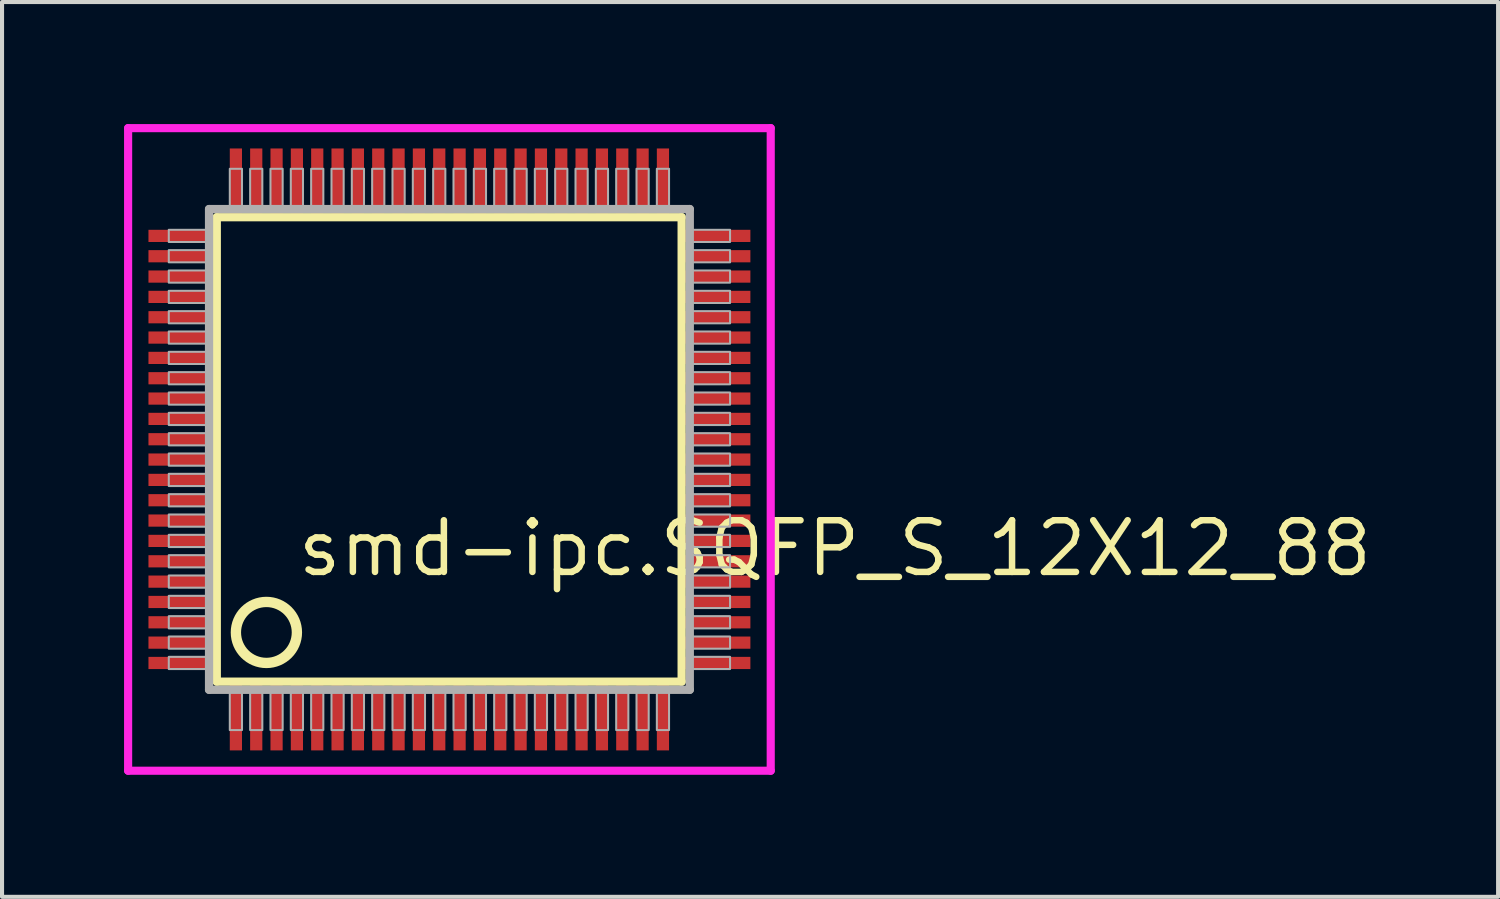
<source format=kicad_pcb>
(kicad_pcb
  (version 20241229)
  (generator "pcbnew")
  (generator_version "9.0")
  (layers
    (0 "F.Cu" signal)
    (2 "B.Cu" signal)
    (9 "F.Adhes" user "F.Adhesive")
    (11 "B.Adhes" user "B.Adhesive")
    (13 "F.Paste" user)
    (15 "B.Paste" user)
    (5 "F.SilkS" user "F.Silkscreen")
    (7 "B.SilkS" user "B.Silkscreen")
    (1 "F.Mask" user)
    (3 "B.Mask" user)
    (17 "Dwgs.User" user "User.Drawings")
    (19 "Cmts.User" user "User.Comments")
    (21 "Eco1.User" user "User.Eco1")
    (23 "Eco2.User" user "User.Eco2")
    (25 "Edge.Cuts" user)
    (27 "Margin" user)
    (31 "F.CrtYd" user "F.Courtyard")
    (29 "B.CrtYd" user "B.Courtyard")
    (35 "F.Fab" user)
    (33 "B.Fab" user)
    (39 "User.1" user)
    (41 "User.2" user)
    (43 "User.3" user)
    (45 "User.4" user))
  (footprint "smd-ipc.SQFP_S_12X12_88"
    (layer "F.Cu")
    (at 8 8)
    (property "Reference" "smd-ipc.SQFP_S_12X12_88" (at -3.81 3.175 0) (layer "F.SilkS") (effects (font (size 1.27 1.27) (thickness 0.16)) (justify left bottom)))
    (attr smd)
    (fp_line (start -5.72 -5.71) (end 5.71 -5.71) (stroke (width 0.203) (type default)) (layer "F.SilkS"))
    (fp_line (start -5.72 5.71) (end -5.72 -5.71) (stroke (width 0.203) (type default)) (layer "F.SilkS"))
    (fp_line (start 5.71 -5.71) (end 5.71 5.71) (stroke (width 0.203) (type default)) (layer "F.SilkS"))
    (fp_line (start 5.71 5.71) (end -5.72 5.71) (stroke (width 0.203) (type default)) (layer "F.SilkS"))
    (fp_circle (center -4.5 4.5) (end -3.75 4.5) (stroke (width 0.254) (type default)) (fill no) (layer "F.SilkS"))
    (fp_line (start -7.9 -7.9) (end 7.9 -7.9) (stroke (width 0.2) (type default)) (layer "F.CrtYd"))
    (fp_line (start -7.9 7.9) (end -7.9 -7.9) (stroke (width 0.2) (type default)) (layer "F.CrtYd"))
    (fp_line (start 7.9 -7.9) (end 7.9 7.9) (stroke (width 0.2) (type default)) (layer "F.CrtYd"))
    (fp_line (start 7.9 7.9) (end -7.9 7.9) (stroke (width 0.2) (type default)) (layer "F.CrtYd"))
    (fp_line (start -5.91 -5.91) (end -5.91 5.91) (stroke (width 0.203) (type default)) (layer "F.Fab"))
    (fp_line (start -5.91 5.91) (end 5.91 5.91) (stroke (width 0.203) (type default)) (layer "F.Fab"))
    (fp_line (start 5.91 -5.91) (end -5.91 -5.91) (stroke (width 0.203) (type default)) (layer "F.Fab"))
    (fp_line (start 5.91 5.91) (end 5.91 -5.91) (stroke (width 0.203) (type default)) (layer "F.Fab"))
    (fp_rect (start -6.9 -5.1) (end -5.95 -5.4) (stroke (width 0.05) (type default)) (fill no) (layer "F.Fab"))
    (fp_rect (start -6.9 -4.6) (end -5.95 -4.9) (stroke (width 0.05) (type default)) (fill no) (layer "F.Fab"))
    (fp_rect (start -6.9 -4.1) (end -5.95 -4.4) (stroke (width 0.05) (type default)) (fill no) (layer "F.Fab"))
    (fp_rect (start -6.9 -3.6) (end -5.95 -3.9) (stroke (width 0.05) (type default)) (fill no) (layer "F.Fab"))
    (fp_rect (start -6.9 -3.1) (end -5.95 -3.4) (stroke (width 0.05) (type default)) (fill no) (layer "F.Fab"))
    (fp_rect (start -6.9 -2.6) (end -5.95 -2.9) (stroke (width 0.05) (type default)) (fill no) (layer "F.Fab"))
    (fp_rect (start -6.9 -2.1) (end -5.95 -2.4) (stroke (width 0.05) (type default)) (fill no) (layer "F.Fab"))
    (fp_rect (start -6.9 -1.6) (end -5.95 -1.9) (stroke (width 0.05) (type default)) (fill no) (layer "F.Fab"))
    (fp_rect (start -6.9 -1.1) (end -5.95 -1.4) (stroke (width 0.05) (type default)) (fill no) (layer "F.Fab"))
    (fp_rect (start -6.9 -0.6) (end -5.95 -0.9) (stroke (width 0.05) (type default)) (fill no) (layer "F.Fab"))
    (fp_rect (start -6.9 -0.1) (end -5.95 -0.4) (stroke (width 0.05) (type default)) (fill no) (layer "F.Fab"))
    (fp_rect (start -6.9 0.4) (end -5.95 0.1) (stroke (width 0.05) (type default)) (fill no) (layer "F.Fab"))
    (fp_rect (start -6.9 0.9) (end -5.95 0.6) (stroke (width 0.05) (type default)) (fill no) (layer "F.Fab"))
    (fp_rect (start -6.9 1.4) (end -5.95 1.1) (stroke (width 0.05) (type default)) (fill no) (layer "F.Fab"))
    (fp_rect (start -6.9 1.9) (end -5.95 1.6) (stroke (width 0.05) (type default)) (fill no) (layer "F.Fab"))
    (fp_rect (start -6.9 2.4) (end -5.95 2.1) (stroke (width 0.05) (type default)) (fill no) (layer "F.Fab"))
    (fp_rect (start -6.9 2.9) (end -5.95 2.6) (stroke (width 0.05) (type default)) (fill no) (layer "F.Fab"))
    (fp_rect (start -6.9 3.4) (end -5.95 3.1) (stroke (width 0.05) (type default)) (fill no) (layer "F.Fab"))
    (fp_rect (start -6.9 3.9) (end -5.95 3.6) (stroke (width 0.05) (type default)) (fill no) (layer "F.Fab"))
    (fp_rect (start -6.9 4.4) (end -5.95 4.1) (stroke (width 0.05) (type default)) (fill no) (layer "F.Fab"))
    (fp_rect (start -6.9 4.9) (end -5.95 4.6) (stroke (width 0.05) (type default)) (fill no) (layer "F.Fab"))
    (fp_rect (start -6.9 5.4) (end -5.95 5.1) (stroke (width 0.05) (type default)) (fill no) (layer "F.Fab"))
    (fp_rect (start -5.4 -5.95) (end -5.1 -6.9) (stroke (width 0.05) (type default)) (fill no) (layer "F.Fab"))
    (fp_rect (start -5.4 6.9) (end -5.1 5.95) (stroke (width 0.05) (type default)) (fill no) (layer "F.Fab"))
    (fp_rect (start -4.9 -5.95) (end -4.6 -6.9) (stroke (width 0.05) (type default)) (fill no) (layer "F.Fab"))
    (fp_rect (start -4.9 6.9) (end -4.6 5.95) (stroke (width 0.05) (type default)) (fill no) (layer "F.Fab"))
    (fp_rect (start -4.4 -5.95) (end -4.1 -6.9) (stroke (width 0.05) (type default)) (fill no) (layer "F.Fab"))
    (fp_rect (start -4.4 6.9) (end -4.1 5.95) (stroke (width 0.05) (type default)) (fill no) (layer "F.Fab"))
    (fp_rect (start -3.9 -5.95) (end -3.6 -6.9) (stroke (width 0.05) (type default)) (fill no) (layer "F.Fab"))
    (fp_rect (start -3.9 6.9) (end -3.6 5.95) (stroke (width 0.05) (type default)) (fill no) (layer "F.Fab"))
    (fp_rect (start -3.4 -5.95) (end -3.1 -6.9) (stroke (width 0.05) (type default)) (fill no) (layer "F.Fab"))
    (fp_rect (start -3.4 6.9) (end -3.1 5.95) (stroke (width 0.05) (type default)) (fill no) (layer "F.Fab"))
    (fp_rect (start -2.9 -5.95) (end -2.6 -6.9) (stroke (width 0.05) (type default)) (fill no) (layer "F.Fab"))
    (fp_rect (start -2.9 6.9) (end -2.6 5.95) (stroke (width 0.05) (type default)) (fill no) (layer "F.Fab"))
    (fp_rect (start -2.4 -5.95) (end -2.1 -6.9) (stroke (width 0.05) (type default)) (fill no) (layer "F.Fab"))
    (fp_rect (start -2.4 6.9) (end -2.1 5.95) (stroke (width 0.05) (type default)) (fill no) (layer "F.Fab"))
    (fp_rect (start -1.9 -5.95) (end -1.6 -6.9) (stroke (width 0.05) (type default)) (fill no) (layer "F.Fab"))
    (fp_rect (start -1.9 6.9) (end -1.6 5.95) (stroke (width 0.05) (type default)) (fill no) (layer "F.Fab"))
    (fp_rect (start -1.4 -5.95) (end -1.1 -6.9) (stroke (width 0.05) (type default)) (fill no) (layer "F.Fab"))
    (fp_rect (start -1.4 6.9) (end -1.1 5.95) (stroke (width 0.05) (type default)) (fill no) (layer "F.Fab"))
    (fp_rect (start -0.9 -5.95) (end -0.6 -6.9) (stroke (width 0.05) (type default)) (fill no) (layer "F.Fab"))
    (fp_rect (start -0.9 6.9) (end -0.6 5.95) (stroke (width 0.05) (type default)) (fill no) (layer "F.Fab"))
    (fp_rect (start -0.4 -5.95) (end -0.1 -6.9) (stroke (width 0.05) (type default)) (fill no) (layer "F.Fab"))
    (fp_rect (start -0.4 6.9) (end -0.1 5.95) (stroke (width 0.05) (type default)) (fill no) (layer "F.Fab"))
    (fp_rect (start 0.1 -5.95) (end 0.4 -6.9) (stroke (width 0.05) (type default)) (fill no) (layer "F.Fab"))
    (fp_rect (start 0.1 6.9) (end 0.4 5.95) (stroke (width 0.05) (type default)) (fill no) (layer "F.Fab"))
    (fp_rect (start 0.6 -5.95) (end 0.9 -6.9) (stroke (width 0.05) (type default)) (fill no) (layer "F.Fab"))
    (fp_rect (start 0.6 6.9) (end 0.9 5.95) (stroke (width 0.05) (type default)) (fill no) (layer "F.Fab"))
    (fp_rect (start 1.1 -5.95) (end 1.4 -6.9) (stroke (width 0.05) (type default)) (fill no) (layer "F.Fab"))
    (fp_rect (start 1.1 6.9) (end 1.4 5.95) (stroke (width 0.05) (type default)) (fill no) (layer "F.Fab"))
    (fp_rect (start 1.6 -5.95) (end 1.9 -6.9) (stroke (width 0.05) (type default)) (fill no) (layer "F.Fab"))
    (fp_rect (start 1.6 6.9) (end 1.9 5.95) (stroke (width 0.05) (type default)) (fill no) (layer "F.Fab"))
    (fp_rect (start 2.1 -5.95) (end 2.4 -6.9) (stroke (width 0.05) (type default)) (fill no) (layer "F.Fab"))
    (fp_rect (start 2.1 6.9) (end 2.4 5.95) (stroke (width 0.05) (type default)) (fill no) (layer "F.Fab"))
    (fp_rect (start 2.6 -5.95) (end 2.9 -6.9) (stroke (width 0.05) (type default)) (fill no) (layer "F.Fab"))
    (fp_rect (start 2.6 6.9) (end 2.9 5.95) (stroke (width 0.05) (type default)) (fill no) (layer "F.Fab"))
    (fp_rect (start 3.1 -5.95) (end 3.4 -6.9) (stroke (width 0.05) (type default)) (fill no) (layer "F.Fab"))
    (fp_rect (start 3.1 6.9) (end 3.4 5.95) (stroke (width 0.05) (type default)) (fill no) (layer "F.Fab"))
    (fp_rect (start 3.6 -5.95) (end 3.9 -6.9) (stroke (width 0.05) (type default)) (fill no) (layer "F.Fab"))
    (fp_rect (start 3.6 6.9) (end 3.9 5.95) (stroke (width 0.05) (type default)) (fill no) (layer "F.Fab"))
    (fp_rect (start 4.1 -5.95) (end 4.4 -6.9) (stroke (width 0.05) (type default)) (fill no) (layer "F.Fab"))
    (fp_rect (start 4.1 6.9) (end 4.4 5.95) (stroke (width 0.05) (type default)) (fill no) (layer "F.Fab"))
    (fp_rect (start 4.6 -5.95) (end 4.9 -6.9) (stroke (width 0.05) (type default)) (fill no) (layer "F.Fab"))
    (fp_rect (start 4.6 6.9) (end 4.9 5.95) (stroke (width 0.05) (type default)) (fill no) (layer "F.Fab"))
    (fp_rect (start 5.1 -5.95) (end 5.4 -6.9) (stroke (width 0.05) (type default)) (fill no) (layer "F.Fab"))
    (fp_rect (start 5.1 6.9) (end 5.4 5.95) (stroke (width 0.05) (type default)) (fill no) (layer "F.Fab"))
    (fp_rect (start 5.95 -5.1) (end 6.9 -5.4) (stroke (width 0.05) (type default)) (fill no) (layer "F.Fab"))
    (fp_rect (start 5.95 -4.6) (end 6.9 -4.9) (stroke (width 0.05) (type default)) (fill no) (layer "F.Fab"))
    (fp_rect (start 5.95 -4.1) (end 6.9 -4.4) (stroke (width 0.05) (type default)) (fill no) (layer "F.Fab"))
    (fp_rect (start 5.95 -3.6) (end 6.9 -3.9) (stroke (width 0.05) (type default)) (fill no) (layer "F.Fab"))
    (fp_rect (start 5.95 -3.1) (end 6.9 -3.4) (stroke (width 0.05) (type default)) (fill no) (layer "F.Fab"))
    (fp_rect (start 5.95 -2.6) (end 6.9 -2.9) (stroke (width 0.05) (type default)) (fill no) (layer "F.Fab"))
    (fp_rect (start 5.95 -2.1) (end 6.9 -2.4) (stroke (width 0.05) (type default)) (fill no) (layer "F.Fab"))
    (fp_rect (start 5.95 -1.6) (end 6.9 -1.9) (stroke (width 0.05) (type default)) (fill no) (layer "F.Fab"))
    (fp_rect (start 5.95 -1.1) (end 6.9 -1.4) (stroke (width 0.05) (type default)) (fill no) (layer "F.Fab"))
    (fp_rect (start 5.95 -0.6) (end 6.9 -0.9) (stroke (width 0.05) (type default)) (fill no) (layer "F.Fab"))
    (fp_rect (start 5.95 -0.1) (end 6.9 -0.4) (stroke (width 0.05) (type default)) (fill no) (layer "F.Fab"))
    (fp_rect (start 5.95 0.4) (end 6.9 0.1) (stroke (width 0.05) (type default)) (fill no) (layer "F.Fab"))
    (fp_rect (start 5.95 0.9) (end 6.9 0.6) (stroke (width 0.05) (type default)) (fill no) (layer "F.Fab"))
    (fp_rect (start 5.95 1.4) (end 6.9 1.1) (stroke (width 0.05) (type default)) (fill no) (layer "F.Fab"))
    (fp_rect (start 5.95 1.9) (end 6.9 1.6) (stroke (width 0.05) (type default)) (fill no) (layer "F.Fab"))
    (fp_rect (start 5.95 2.4) (end 6.9 2.1) (stroke (width 0.05) (type default)) (fill no) (layer "F.Fab"))
    (fp_rect (start 5.95 2.9) (end 6.9 2.6) (stroke (width 0.05) (type default)) (fill no) (layer "F.Fab"))
    (fp_rect (start 5.95 3.4) (end 6.9 3.1) (stroke (width 0.05) (type default)) (fill no) (layer "F.Fab"))
    (fp_rect (start 5.95 3.9) (end 6.9 3.6) (stroke (width 0.05) (type default)) (fill no) (layer "F.Fab"))
    (fp_rect (start 5.95 4.4) (end 6.9 4.1) (stroke (width 0.05) (type default)) (fill no) (layer "F.Fab"))
    (fp_rect (start 5.95 4.9) (end 6.9 4.6) (stroke (width 0.05) (type default)) (fill no) (layer "F.Fab"))
    (fp_rect (start 5.95 5.4) (end 6.9 5.1) (stroke (width 0.05) (type default)) (fill no) (layer "F.Fab"))
    (pad "1" smd roundrect (at -5.25 6.6) (size 0.3 1.6) (layers "F.Cu" "F.Mask" "F.Paste") (roundrect_rratio 0.01))
    (pad "2" smd roundrect (at -4.75 6.6) (size 0.3 1.6) (layers "F.Cu" "F.Mask" "F.Paste") (roundrect_rratio 0.01))
    (pad "3" smd roundrect (at -4.25 6.6) (size 0.3 1.6) (layers "F.Cu" "F.Mask" "F.Paste") (roundrect_rratio 0.01))
    (pad "4" smd roundrect (at -3.75 6.6) (size 0.3 1.6) (layers "F.Cu" "F.Mask" "F.Paste") (roundrect_rratio 0.01))
    (pad "5" smd roundrect (at -3.25 6.6) (size 0.3 1.6) (layers "F.Cu" "F.Mask" "F.Paste") (roundrect_rratio 0.01))
    (pad "6" smd roundrect (at -2.75 6.6) (size 0.3 1.6) (layers "F.Cu" "F.Mask" "F.Paste") (roundrect_rratio 0.01))
    (pad "7" smd roundrect (at -2.25 6.6) (size 0.3 1.6) (layers "F.Cu" "F.Mask" "F.Paste") (roundrect_rratio 0.01))
    (pad "8" smd roundrect (at -1.75 6.6) (size 0.3 1.6) (layers "F.Cu" "F.Mask" "F.Paste") (roundrect_rratio 0.01))
    (pad "9" smd roundrect (at -1.25 6.6) (size 0.3 1.6) (layers "F.Cu" "F.Mask" "F.Paste") (roundrect_rratio 0.01))
    (pad "10" smd roundrect (at -0.75 6.6) (size 0.3 1.6) (layers "F.Cu" "F.Mask" "F.Paste") (roundrect_rratio 0.01))
    (pad "11" smd roundrect (at -0.25 6.6) (size 0.3 1.6) (layers "F.Cu" "F.Mask" "F.Paste") (roundrect_rratio 0.01))
    (pad "12" smd roundrect (at 0.25 6.6) (size 0.3 1.6) (layers "F.Cu" "F.Mask" "F.Paste") (roundrect_rratio 0.01))
    (pad "13" smd roundrect (at 0.75 6.6) (size 0.3 1.6) (layers "F.Cu" "F.Mask" "F.Paste") (roundrect_rratio 0.01))
    (pad "14" smd roundrect (at 1.25 6.6) (size 0.3 1.6) (layers "F.Cu" "F.Mask" "F.Paste") (roundrect_rratio 0.01))
    (pad "15" smd roundrect (at 1.75 6.6) (size 0.3 1.6) (layers "F.Cu" "F.Mask" "F.Paste") (roundrect_rratio 0.01))
    (pad "16" smd roundrect (at 2.25 6.6) (size 0.3 1.6) (layers "F.Cu" "F.Mask" "F.Paste") (roundrect_rratio 0.01))
    (pad "17" smd roundrect (at 2.75 6.6) (size 0.3 1.6) (layers "F.Cu" "F.Mask" "F.Paste") (roundrect_rratio 0.01))
    (pad "18" smd roundrect (at 3.25 6.6) (size 0.3 1.6) (layers "F.Cu" "F.Mask" "F.Paste") (roundrect_rratio 0.01))
    (pad "19" smd roundrect (at 3.75 6.6) (size 0.3 1.6) (layers "F.Cu" "F.Mask" "F.Paste") (roundrect_rratio 0.01))
    (pad "20" smd roundrect (at 4.25 6.6) (size 0.3 1.6) (layers "F.Cu" "F.Mask" "F.Paste") (roundrect_rratio 0.01))
    (pad "21" smd roundrect (at 4.75 6.6) (size 0.3 1.6) (layers "F.Cu" "F.Mask" "F.Paste") (roundrect_rratio 0.01))
    (pad "22" smd roundrect (at 5.25 6.6) (size 0.3 1.6) (layers "F.Cu" "F.Mask" "F.Paste") (roundrect_rratio 0.01))
    (pad "23" smd roundrect (at 6.6 5.25) (size 1.6 0.3) (layers "F.Cu" "F.Mask" "F.Paste") (roundrect_rratio 0.01))
    (pad "24" smd roundrect (at 6.6 4.75) (size 1.6 0.3) (layers "F.Cu" "F.Mask" "F.Paste") (roundrect_rratio 0.01))
    (pad "25" smd roundrect (at 6.6 4.25) (size 1.6 0.3) (layers "F.Cu" "F.Mask" "F.Paste") (roundrect_rratio 0.01))
    (pad "26" smd roundrect (at 6.6 3.75) (size 1.6 0.3) (layers "F.Cu" "F.Mask" "F.Paste") (roundrect_rratio 0.01))
    (pad "27" smd roundrect (at 6.6 3.25) (size 1.6 0.3) (layers "F.Cu" "F.Mask" "F.Paste") (roundrect_rratio 0.01))
    (pad "28" smd roundrect (at 6.6 2.75) (size 1.6 0.3) (layers "F.Cu" "F.Mask" "F.Paste") (roundrect_rratio 0.01))
    (pad "29" smd roundrect (at 6.6 2.25) (size 1.6 0.3) (layers "F.Cu" "F.Mask" "F.Paste") (roundrect_rratio 0.01))
    (pad "30" smd roundrect (at 6.6 1.75) (size 1.6 0.3) (layers "F.Cu" "F.Mask" "F.Paste") (roundrect_rratio 0.01))
    (pad "31" smd roundrect (at 6.6 1.25) (size 1.6 0.3) (layers "F.Cu" "F.Mask" "F.Paste") (roundrect_rratio 0.01))
    (pad "32" smd roundrect (at 6.6 0.75) (size 1.6 0.3) (layers "F.Cu" "F.Mask" "F.Paste") (roundrect_rratio 0.01))
    (pad "33" smd roundrect (at 6.6 0.25) (size 1.6 0.3) (layers "F.Cu" "F.Mask" "F.Paste") (roundrect_rratio 0.01))
    (pad "34" smd roundrect (at 6.6 -0.25) (size 1.6 0.3) (layers "F.Cu" "F.Mask" "F.Paste") (roundrect_rratio 0.01))
    (pad "35" smd roundrect (at 6.6 -0.75) (size 1.6 0.3) (layers "F.Cu" "F.Mask" "F.Paste") (roundrect_rratio 0.01))
    (pad "36" smd roundrect (at 6.6 -1.25) (size 1.6 0.3) (layers "F.Cu" "F.Mask" "F.Paste") (roundrect_rratio 0.01))
    (pad "37" smd roundrect (at 6.6 -1.75) (size 1.6 0.3) (layers "F.Cu" "F.Mask" "F.Paste") (roundrect_rratio 0.01))
    (pad "38" smd roundrect (at 6.6 -2.25) (size 1.6 0.3) (layers "F.Cu" "F.Mask" "F.Paste") (roundrect_rratio 0.01))
    (pad "39" smd roundrect (at 6.6 -2.75) (size 1.6 0.3) (layers "F.Cu" "F.Mask" "F.Paste") (roundrect_rratio 0.01))
    (pad "40" smd roundrect (at 6.6 -3.25) (size 1.6 0.3) (layers "F.Cu" "F.Mask" "F.Paste") (roundrect_rratio 0.01))
    (pad "41" smd roundrect (at 6.6 -3.75) (size 1.6 0.3) (layers "F.Cu" "F.Mask" "F.Paste") (roundrect_rratio 0.01))
    (pad "42" smd roundrect (at 6.6 -4.25) (size 1.6 0.3) (layers "F.Cu" "F.Mask" "F.Paste") (roundrect_rratio 0.01))
    (pad "43" smd roundrect (at 6.6 -4.75) (size 1.6 0.3) (layers "F.Cu" "F.Mask" "F.Paste") (roundrect_rratio 0.01))
    (pad "44" smd roundrect (at 6.6 -5.25) (size 1.6 0.3) (layers "F.Cu" "F.Mask" "F.Paste") (roundrect_rratio 0.01))
    (pad "45" smd roundrect (at 5.25 -6.6) (size 0.3 1.6) (layers "F.Cu" "F.Mask" "F.Paste") (roundrect_rratio 0.01))
    (pad "46" smd roundrect (at 4.75 -6.6) (size 0.3 1.6) (layers "F.Cu" "F.Mask" "F.Paste") (roundrect_rratio 0.01))
    (pad "47" smd roundrect (at 4.25 -6.6) (size 0.3 1.6) (layers "F.Cu" "F.Mask" "F.Paste") (roundrect_rratio 0.01))
    (pad "48" smd roundrect (at 3.75 -6.6) (size 0.3 1.6) (layers "F.Cu" "F.Mask" "F.Paste") (roundrect_rratio 0.01))
    (pad "49" smd roundrect (at 3.25 -6.6) (size 0.3 1.6) (layers "F.Cu" "F.Mask" "F.Paste") (roundrect_rratio 0.01))
    (pad "50" smd roundrect (at 2.75 -6.6) (size 0.3 1.6) (layers "F.Cu" "F.Mask" "F.Paste") (roundrect_rratio 0.01))
    (pad "51" smd roundrect (at 2.25 -6.6) (size 0.3 1.6) (layers "F.Cu" "F.Mask" "F.Paste") (roundrect_rratio 0.01))
    (pad "52" smd roundrect (at 1.75 -6.6) (size 0.3 1.6) (layers "F.Cu" "F.Mask" "F.Paste") (roundrect_rratio 0.01))
    (pad "53" smd roundrect (at 1.25 -6.6) (size 0.3 1.6) (layers "F.Cu" "F.Mask" "F.Paste") (roundrect_rratio 0.01))
    (pad "54" smd roundrect (at 0.75 -6.6) (size 0.3 1.6) (layers "F.Cu" "F.Mask" "F.Paste") (roundrect_rratio 0.01))
    (pad "55" smd roundrect (at 0.25 -6.6) (size 0.3 1.6) (layers "F.Cu" "F.Mask" "F.Paste") (roundrect_rratio 0.01))
    (pad "56" smd roundrect (at -0.25 -6.6) (size 0.3 1.6) (layers "F.Cu" "F.Mask" "F.Paste") (roundrect_rratio 0.01))
    (pad "57" smd roundrect (at -0.75 -6.6) (size 0.3 1.6) (layers "F.Cu" "F.Mask" "F.Paste") (roundrect_rratio 0.01))
    (pad "58" smd roundrect (at -1.25 -6.6) (size 0.3 1.6) (layers "F.Cu" "F.Mask" "F.Paste") (roundrect_rratio 0.01))
    (pad "59" smd roundrect (at -1.75 -6.6) (size 0.3 1.6) (layers "F.Cu" "F.Mask" "F.Paste") (roundrect_rratio 0.01))
    (pad "60" smd roundrect (at -2.25 -6.6) (size 0.3 1.6) (layers "F.Cu" "F.Mask" "F.Paste") (roundrect_rratio 0.01))
    (pad "61" smd roundrect (at -2.75 -6.6) (size 0.3 1.6) (layers "F.Cu" "F.Mask" "F.Paste") (roundrect_rratio 0.01))
    (pad "62" smd roundrect (at -3.25 -6.6) (size 0.3 1.6) (layers "F.Cu" "F.Mask" "F.Paste") (roundrect_rratio 0.01))
    (pad "63" smd roundrect (at -3.75 -6.6) (size 0.3 1.6) (layers "F.Cu" "F.Mask" "F.Paste") (roundrect_rratio 0.01))
    (pad "64" smd roundrect (at -4.25 -6.6) (size 0.3 1.6) (layers "F.Cu" "F.Mask" "F.Paste") (roundrect_rratio 0.01))
    (pad "65" smd roundrect (at -4.75 -6.6) (size 0.3 1.6) (layers "F.Cu" "F.Mask" "F.Paste") (roundrect_rratio 0.01))
    (pad "66" smd roundrect (at -5.25 -6.6) (size 0.3 1.6) (layers "F.Cu" "F.Mask" "F.Paste") (roundrect_rratio 0.01))
    (pad "67" smd roundrect (at -6.6 -5.25) (size 1.6 0.3) (layers "F.Cu" "F.Mask" "F.Paste") (roundrect_rratio 0.01))
    (pad "68" smd roundrect (at -6.6 -4.75) (size 1.6 0.3) (layers "F.Cu" "F.Mask" "F.Paste") (roundrect_rratio 0.01))
    (pad "69" smd roundrect (at -6.6 -4.25) (size 1.6 0.3) (layers "F.Cu" "F.Mask" "F.Paste") (roundrect_rratio 0.01))
    (pad "70" smd roundrect (at -6.6 -3.75) (size 1.6 0.3) (layers "F.Cu" "F.Mask" "F.Paste") (roundrect_rratio 0.01))
    (pad "71" smd roundrect (at -6.6 -3.25) (size 1.6 0.3) (layers "F.Cu" "F.Mask" "F.Paste") (roundrect_rratio 0.01))
    (pad "72" smd roundrect (at -6.6 -2.75) (size 1.6 0.3) (layers "F.Cu" "F.Mask" "F.Paste") (roundrect_rratio 0.01))
    (pad "73" smd roundrect (at -6.6 -2.25) (size 1.6 0.3) (layers "F.Cu" "F.Mask" "F.Paste") (roundrect_rratio 0.01))
    (pad "74" smd roundrect (at -6.6 -1.75) (size 1.6 0.3) (layers "F.Cu" "F.Mask" "F.Paste") (roundrect_rratio 0.01))
    (pad "75" smd roundrect (at -6.6 -1.25) (size 1.6 0.3) (layers "F.Cu" "F.Mask" "F.Paste") (roundrect_rratio 0.01))
    (pad "76" smd roundrect (at -6.6 -0.75) (size 1.6 0.3) (layers "F.Cu" "F.Mask" "F.Paste") (roundrect_rratio 0.01))
    (pad "77" smd roundrect (at -6.6 -0.25) (size 1.6 0.3) (layers "F.Cu" "F.Mask" "F.Paste") (roundrect_rratio 0.01))
    (pad "78" smd roundrect (at -6.6 0.25) (size 1.6 0.3) (layers "F.Cu" "F.Mask" "F.Paste") (roundrect_rratio 0.01))
    (pad "79" smd roundrect (at -6.6 0.75) (size 1.6 0.3) (layers "F.Cu" "F.Mask" "F.Paste") (roundrect_rratio 0.01))
    (pad "80" smd roundrect (at -6.6 1.25) (size 1.6 0.3) (layers "F.Cu" "F.Mask" "F.Paste") (roundrect_rratio 0.01))
    (pad "81" smd roundrect (at -6.6 1.75) (size 1.6 0.3) (layers "F.Cu" "F.Mask" "F.Paste") (roundrect_rratio 0.01))
    (pad "82" smd roundrect (at -6.6 2.25) (size 1.6 0.3) (layers "F.Cu" "F.Mask" "F.Paste") (roundrect_rratio 0.01))
    (pad "83" smd roundrect (at -6.6 2.75) (size 1.6 0.3) (layers "F.Cu" "F.Mask" "F.Paste") (roundrect_rratio 0.01))
    (pad "84" smd roundrect (at -6.6 3.25) (size 1.6 0.3) (layers "F.Cu" "F.Mask" "F.Paste") (roundrect_rratio 0.01))
    (pad "85" smd roundrect (at -6.6 3.75) (size 1.6 0.3) (layers "F.Cu" "F.Mask" "F.Paste") (roundrect_rratio 0.01))
    (pad "86" smd roundrect (at -6.6 4.25) (size 1.6 0.3) (layers "F.Cu" "F.Mask" "F.Paste") (roundrect_rratio 0.01))
    (pad "87" smd roundrect (at -6.6 4.75) (size 1.6 0.3) (layers "F.Cu" "F.Mask" "F.Paste") (roundrect_rratio 0.01))
    (pad "88" smd roundrect (at -6.6 5.25) (size 1.6 0.3) (layers "F.Cu" "F.Mask" "F.Paste") (roundrect_rratio 0.01)))
  (gr_rect
    (start -3 -3)
    (end 33.784 19)
    (stroke (width 0.1) (type default))
    (fill no)
    (layer "Edge.Cuts")))
</source>
